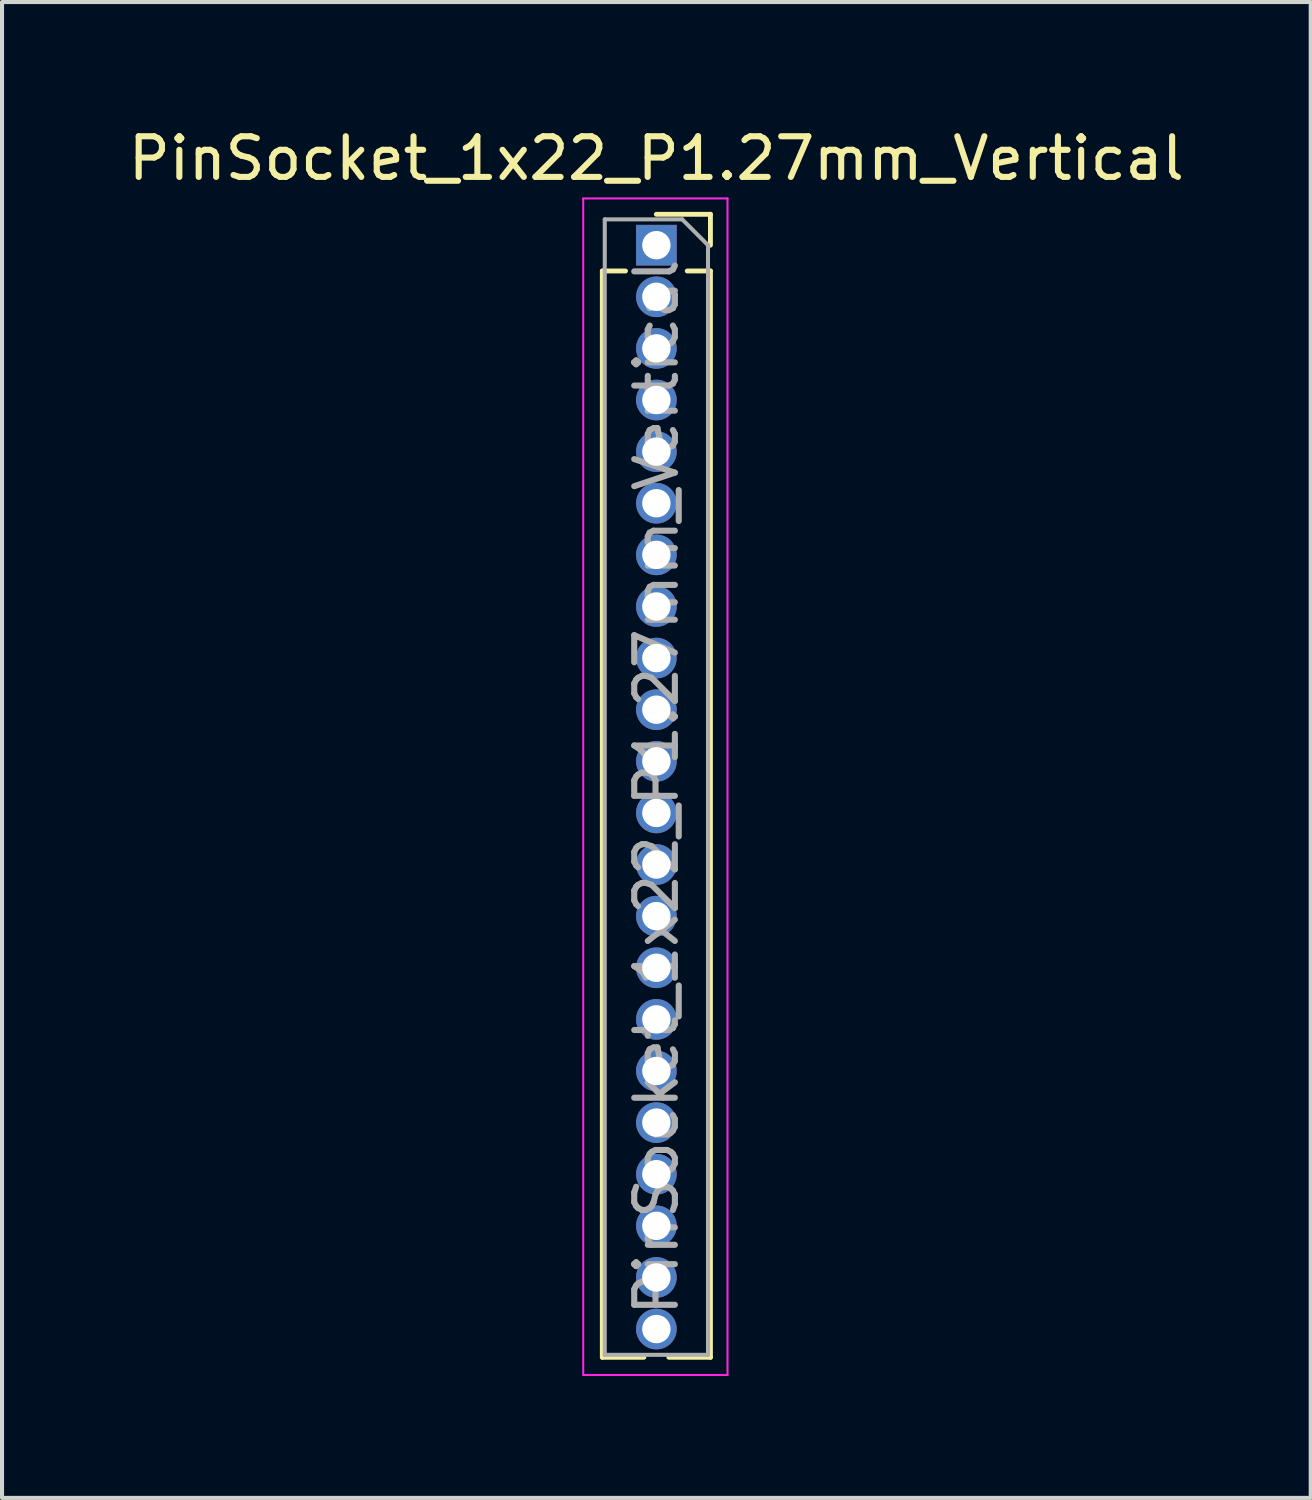
<source format=kicad_pcb>
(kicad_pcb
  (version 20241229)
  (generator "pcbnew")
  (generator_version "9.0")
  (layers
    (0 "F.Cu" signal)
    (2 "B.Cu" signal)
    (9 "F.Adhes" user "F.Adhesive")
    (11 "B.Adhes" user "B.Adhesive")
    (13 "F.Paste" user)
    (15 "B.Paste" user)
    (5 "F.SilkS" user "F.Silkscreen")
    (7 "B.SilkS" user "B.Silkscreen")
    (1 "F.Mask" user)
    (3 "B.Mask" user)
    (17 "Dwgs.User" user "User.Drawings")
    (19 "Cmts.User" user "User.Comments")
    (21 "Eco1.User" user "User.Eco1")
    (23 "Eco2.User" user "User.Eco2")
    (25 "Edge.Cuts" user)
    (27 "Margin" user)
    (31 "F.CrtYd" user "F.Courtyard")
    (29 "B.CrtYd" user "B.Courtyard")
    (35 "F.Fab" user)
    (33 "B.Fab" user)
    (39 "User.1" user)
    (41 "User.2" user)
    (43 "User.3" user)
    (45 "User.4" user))
  (footprint "PinSocket_1x22_P1.27mm_Vertical"
    (layer "F.Cu")
    (at 13.101 2.983)
    (property "Reference" "PinSocket_1x22_P1.27mm_Vertical" (at 0 -2.135 0) (layer "F.SilkS") (effects (font (size 1 1) (thickness 0.15))))
    (attr through_hole)
    (fp_line (start -1.33 0.635) (end -1.33 27.365) (stroke (width 0.12) (type solid)) (layer "F.SilkS"))
    (fp_line (start -1.33 0.635) (end -0.76 0.635) (stroke (width 0.12) (type solid)) (layer "F.SilkS"))
    (fp_line (start -1.33 27.365) (end -0.308 27.365) (stroke (width 0.12) (type solid)) (layer "F.SilkS"))
    (fp_line (start 0 -0.76) (end 1.33 -0.76) (stroke (width 0.12) (type solid)) (layer "F.SilkS"))
    (fp_line (start 0.308 27.365) (end 1.33 27.365) (stroke (width 0.12) (type solid)) (layer "F.SilkS"))
    (fp_line (start 0.76 0.635) (end 1.33 0.635) (stroke (width 0.12) (type solid)) (layer "F.SilkS"))
    (fp_line (start 1.33 -0.76) (end 1.33 0) (stroke (width 0.12) (type solid)) (layer "F.SilkS"))
    (fp_line (start 1.33 0.635) (end 1.33 27.365) (stroke (width 0.12) (type solid)) (layer "F.SilkS"))
    (fp_line (start -1.8 -1.15) (end 1.75 -1.15) (stroke (width 0.05) (type solid)) (layer "F.CrtYd"))
    (fp_line (start -1.8 27.8) (end -1.8 -1.15) (stroke (width 0.05) (type solid)) (layer "F.CrtYd"))
    (fp_line (start 1.75 -1.15) (end 1.75 27.8) (stroke (width 0.05) (type solid)) (layer "F.CrtYd"))
    (fp_line (start 1.75 27.8) (end -1.8 27.8) (stroke (width 0.05) (type solid)) (layer "F.CrtYd"))
    (fp_line (start -1.27 -0.635) (end 0.635 -0.635) (stroke (width 0.1) (type solid)) (layer "F.Fab"))
    (fp_line (start -1.27 27.305) (end -1.27 -0.635) (stroke (width 0.1) (type solid)) (layer "F.Fab"))
    (fp_line (start 0.635 -0.635) (end 1.27 0) (stroke (width 0.1) (type solid)) (layer "F.Fab"))
    (fp_line (start 1.27 0) (end 1.27 27.305) (stroke (width 0.1) (type solid)) (layer "F.Fab"))
    (fp_line (start 1.27 27.305) (end -1.27 27.305) (stroke (width 0.1) (type solid)) (layer "F.Fab"))
    (fp_text user "${REFERENCE}" (at 0 13.335 90) (layer "F.Fab") (effects (font (size 1 1) (thickness 0.15))))
    (pad "1" thru_hole rect (at 0 0) (size 1 1) (drill 0.7) (layers "*.Cu" "*.Mask"))
    (pad "2" thru_hole oval (at 0 1.27) (size 1 1) (drill 0.7) (layers "*.Cu" "*.Mask"))
    (pad "3" thru_hole oval (at 0 2.54) (size 1 1) (drill 0.7) (layers "*.Cu" "*.Mask"))
    (pad "4" thru_hole oval (at 0 3.81) (size 1 1) (drill 0.7) (layers "*.Cu" "*.Mask"))
    (pad "5" thru_hole oval (at 0 5.08) (size 1 1) (drill 0.7) (layers "*.Cu" "*.Mask"))
    (pad "6" thru_hole oval (at 0 6.35) (size 1 1) (drill 0.7) (layers "*.Cu" "*.Mask"))
    (pad "7" thru_hole oval (at 0 7.62) (size 1 1) (drill 0.7) (layers "*.Cu" "*.Mask"))
    (pad "8" thru_hole oval (at 0 8.89) (size 1 1) (drill 0.7) (layers "*.Cu" "*.Mask"))
    (pad "9" thru_hole oval (at 0 10.16) (size 1 1) (drill 0.7) (layers "*.Cu" "*.Mask"))
    (pad "10" thru_hole oval (at 0 11.43) (size 1 1) (drill 0.7) (layers "*.Cu" "*.Mask"))
    (pad "11" thru_hole oval (at 0 12.7) (size 1 1) (drill 0.7) (layers "*.Cu" "*.Mask"))
    (pad "12" thru_hole oval (at 0 13.97) (size 1 1) (drill 0.7) (layers "*.Cu" "*.Mask"))
    (pad "13" thru_hole oval (at 0 15.24) (size 1 1) (drill 0.7) (layers "*.Cu" "*.Mask"))
    (pad "14" thru_hole oval (at 0 16.51) (size 1 1) (drill 0.7) (layers "*.Cu" "*.Mask"))
    (pad "15" thru_hole oval (at 0 17.78) (size 1 1) (drill 0.7) (layers "*.Cu" "*.Mask"))
    (pad "16" thru_hole oval (at 0 19.05) (size 1 1) (drill 0.7) (layers "*.Cu" "*.Mask"))
    (pad "17" thru_hole oval (at 0 20.32) (size 1 1) (drill 0.7) (layers "*.Cu" "*.Mask"))
    (pad "18" thru_hole oval (at 0 21.59) (size 1 1) (drill 0.7) (layers "*.Cu" "*.Mask"))
    (pad "19" thru_hole oval (at 0 22.86) (size 1 1) (drill 0.7) (layers "*.Cu" "*.Mask"))
    (pad "20" thru_hole oval (at 0 24.13) (size 1 1) (drill 0.7) (layers "*.Cu" "*.Mask"))
    (pad "21" thru_hole oval (at 0 25.4) (size 1 1) (drill 0.7) (layers "*.Cu" "*.Mask"))
    (pad "22" thru_hole oval (at 0 26.67) (size 1 1) (drill 0.7) (layers "*.Cu" "*.Mask")))
  (gr_rect
    (start -3 -3)
    (end 29.202 33.808)
    (stroke (width 0.1) (type default))
    (fill no)
    (layer "Edge.Cuts")))
</source>
